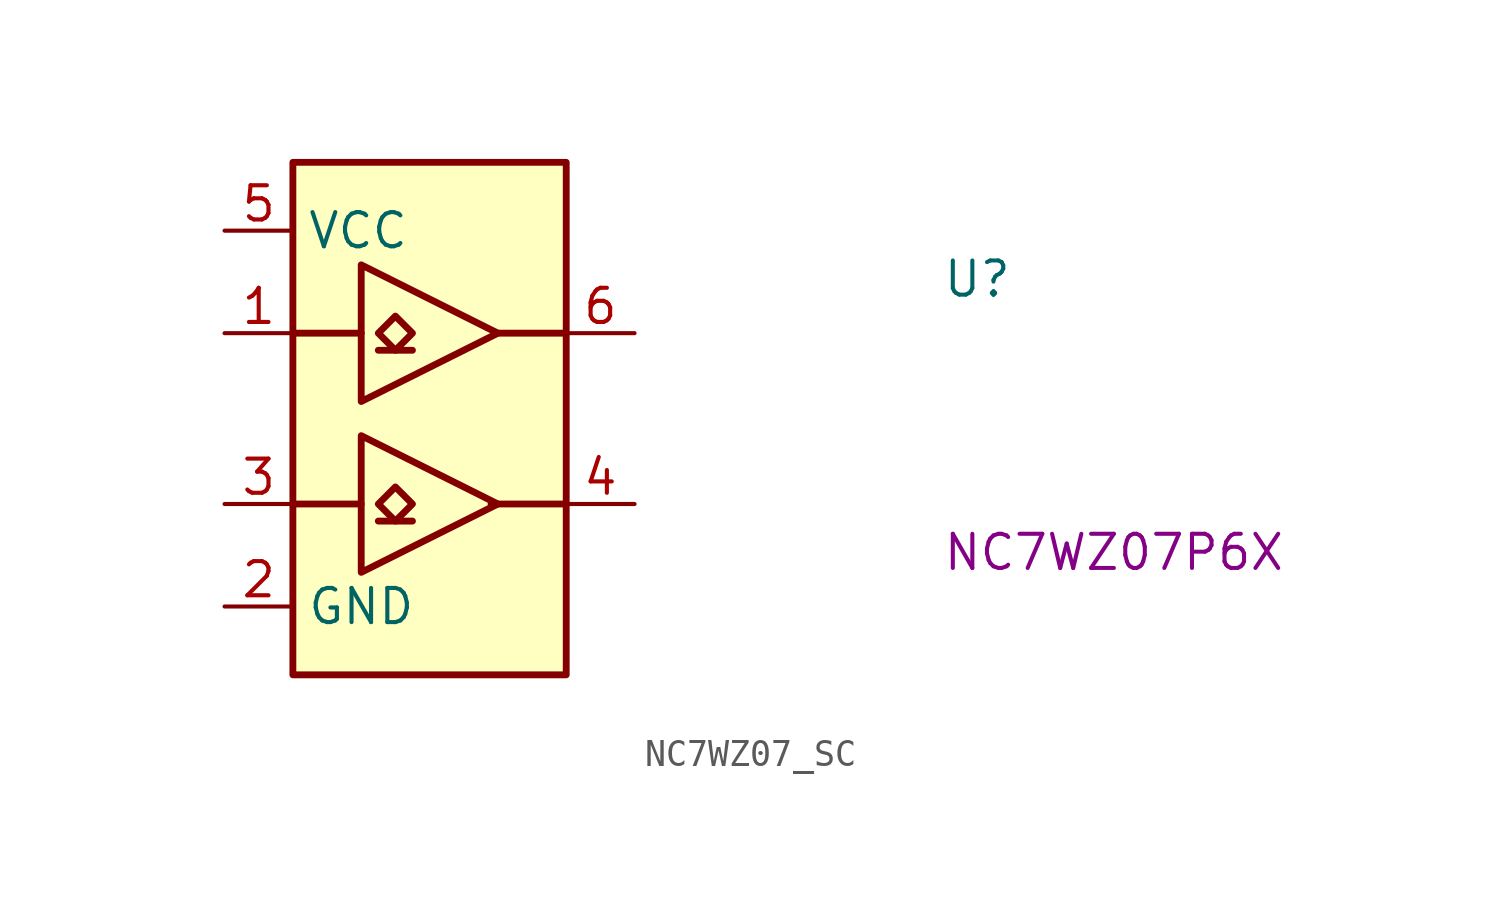
<source format=kicad_sym>
(kicad_symbol_lib
  (version 20220914)
  (generator kicad_symbol_editor)
  (symbol "NC7WZ07_SC"
    (property "Reference" "U"
      (at 26.67 -2.54 0)
      (effects (font (size 1.27 1.27) (thickness 0.15)) (justify left bottom)))
    (property "MPN" "NC7WZ07P6X"
      (at 26.67 -12.7 0)
      (effects (font (size 1.27 1.27) (thickness 0.15)) (justify left bottom)))
    (symbol "NC7WZ07_SC_1_1"
      (polyline (pts (xy 2.54 -3.81) (xy 5.08 -3.81)) (stroke (width 0.254) (type default)) (fill (type background)))
      (polyline (pts (xy 5.08 -10.16) (xy 2.54 -10.16)) (stroke (width 0.254) (type default)) (fill (type background)))
      (polyline (pts (xy 5.715 -10.795) (xy 6.985 -10.795)) (stroke (width 0.254) (type default)) (fill (type background)))
      (polyline (pts (xy 5.715 -4.445) (xy 6.985 -4.445)) (stroke (width 0.254) (type default)) (fill (type background)))
      (polyline (pts (xy 12.7 -10.16) (xy 9.906 -10.16)) (stroke (width 0.254) (type default)) (fill (type background)))
      (polyline (pts (xy 12.7 -3.81) (xy 10.16 -3.81)) (stroke (width 0.254) (type default)) (fill (type background)))
      (polyline (pts (xy 5.08 -7.62) (xy 5.08 -12.7) (xy 10.16 -10.16) (xy 5.08 -7.62)) (stroke (width 0.254) (type default)) (fill (type background)))
      (polyline (pts (xy 5.08 -1.27) (xy 5.08 -6.35) (xy 10.16 -3.81) (xy 5.08 -1.27)) (stroke (width 0.254) (type default)) (fill (type background)))
      (polyline (pts (xy 6.35 -9.525) (xy 5.715 -10.16) (xy 6.35 -10.795) (xy 6.985 -10.16) (xy 6.35 -9.525)) (stroke (width 0.254) (type default)) (fill (type background)))
      (polyline (pts (xy 6.35 -3.175) (xy 5.715 -3.81) (xy 6.35 -4.445) (xy 6.985 -3.81) (xy 6.35 -3.175)) (stroke (width 0.254) (type default)) (fill (type background)))
      (rectangle (start 2.54 2.54) (end 12.7 -16.51) (stroke (width 0.254) (type default)) (fill (type background)))
      (pin input line (at 0 -3.81 0) (length 2.54) (name "~" (effects (font (size 1.27 1.27)))) (number "1" (effects (font (size 1.27 1.27)))))
      (pin power_in line (at 0 -13.97 0) (length 2.54) (name "GND" (effects (font (size 1.27 1.27)))) (number "2" (effects (font (size 1.27 1.27)))))
      (pin input line (at 0 -10.16 0) (length 2.54) (name "~" (effects (font (size 1.27 1.27)))) (number "3" (effects (font (size 1.27 1.27)))))
      (pin output line (at 15.24 -10.16 180) (length 2.54) (name "~" (effects (font (size 1.27 1.27)))) (number "4" (effects (font (size 1.27 1.27)))))
      (pin power_in line (at 0 0 0) (length 2.54) (name "VCC" (effects (font (size 1.27 1.27)))) (number "5" (effects (font (size 1.27 1.27)))))
      (pin output line (at 15.24 -3.81 180) (length 2.54) (name "~" (effects (font (size 1.27 1.27)))) (number "6" (effects (font (size 1.27 1.27))))))))
</source>
